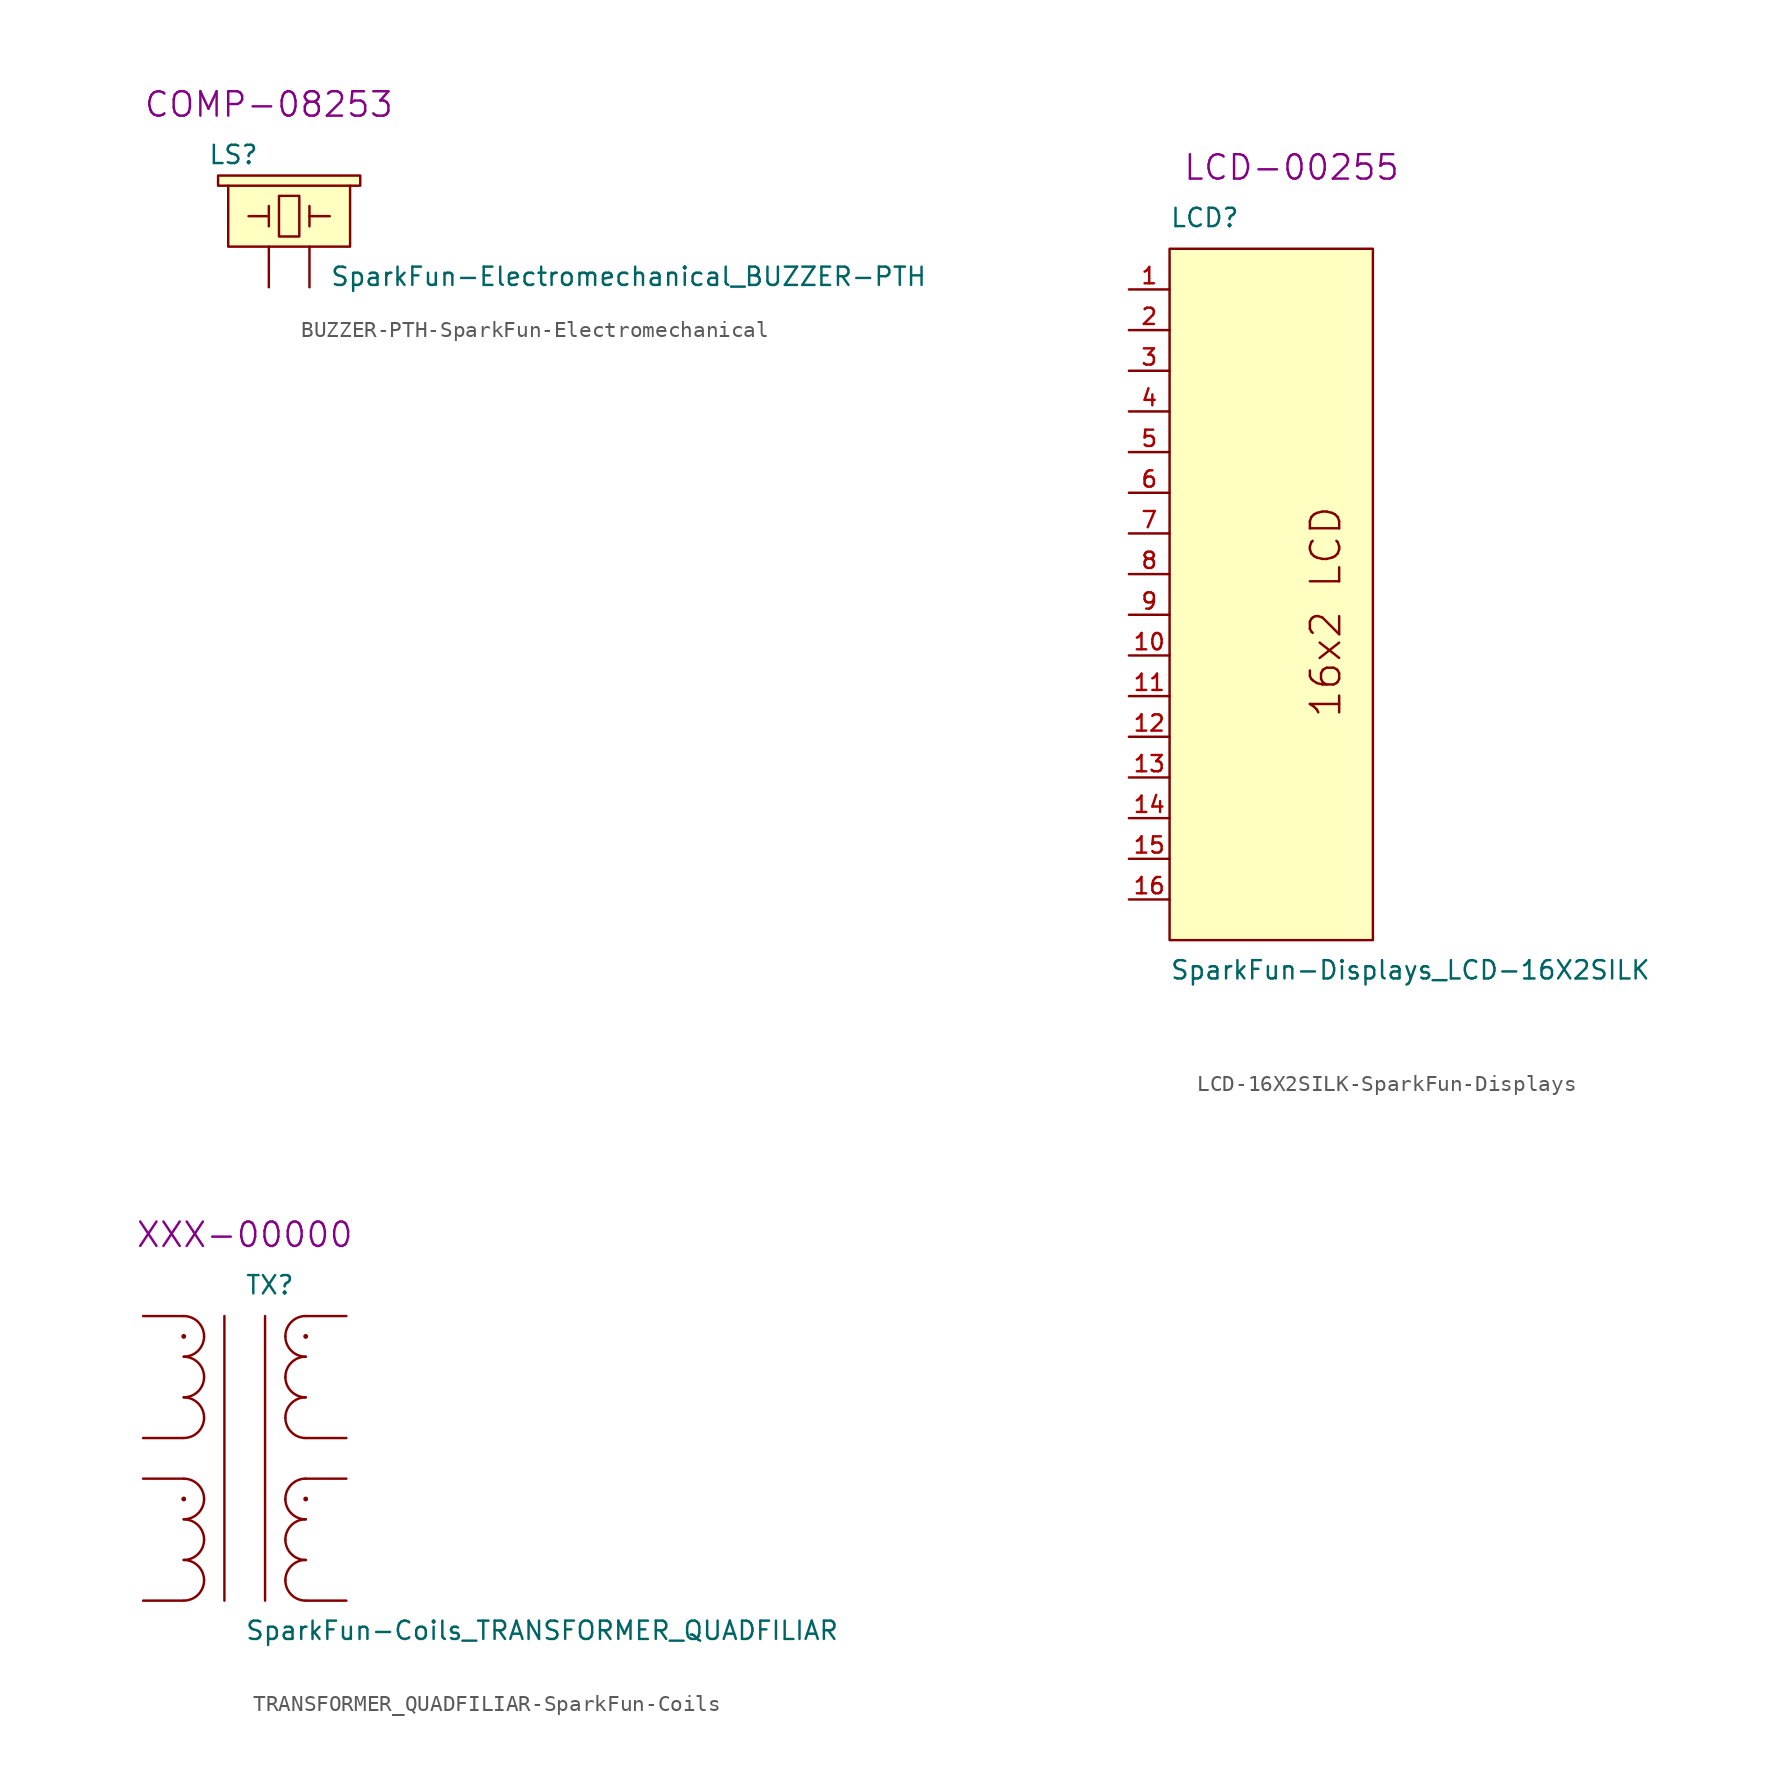
<source format=kicad_sym>
(kicad_symbol_lib
  (version 20220914)
  (generator kicad_symbol_editor)
  (symbol "BUZZER-PTH-SparkFun-Electromechanical"
    (pin_numbers hide)
    (pin_names
      (offset 1.016) hide)
    (property "Reference" "LS"
      (at -3.81 5.08 0)
      (effects (font (size 1.143 1.143)) (justify left bottom)))
    (property "Value" "SparkFun-Electromechanical_BUZZER-PTH"
      (at 3.81 -2.54 0)
      (effects (font (size 1.143 1.143)) (justify left bottom)))
    (property "Field4" "COMP-08253"
      (at 0 8.89 0)
      (effects (font (size 1.524 1.524))))
    (property "ki_locked" ""
      (at 0 0 0)
      (effects (font (size 1.27 1.27))))
    (symbol "BUZZER-PTH-SparkFun-Electromechanical_1_0"
      (polyline (pts (xy -2.54 3.81) (xy 5.08 3.81)) (stroke (width 0) (type solid)) (fill (type none)))
      (polyline (pts (xy -1.27 1.905) (xy 0 1.905)) (stroke (width 0) (type solid)) (fill (type none)))
      (polyline (pts (xy 0 1.905) (xy 0 1.27)) (stroke (width 0) (type solid)) (fill (type none)))
      (polyline (pts (xy 0 1.905) (xy 0 2.54)) (stroke (width 0) (type solid)) (fill (type none)))
      (polyline (pts (xy 2.54 1.905) (xy 2.54 1.27)) (stroke (width 0) (type solid)) (fill (type none)))
      (polyline (pts (xy 2.54 1.905) (xy 3.81 1.905)) (stroke (width 0) (type solid)) (fill (type none)))
      (polyline (pts (xy 2.54 2.54) (xy 2.54 1.905)) (stroke (width 0) (type solid)) (fill (type none))))
    (symbol "BUZZER-PTH-SparkFun-Electromechanical_1_1"
      (polyline (pts (xy 0.635 3.175) (xy 0.635 0.635) (xy 1.905 0.635) (xy 1.905 3.175) (xy 0.635 3.175)) (stroke (width 0) (type solid)) (fill (type background)))
      (polyline (pts (xy 5.08 0) (xy 5.08 3.81) (xy 5.715 3.81) (xy 5.715 4.445) (xy -3.175 4.445) (xy -3.175 3.81) (xy -2.54 3.81) (xy -2.54 0) (xy 5.08 0)) (stroke (width 0) (type solid)) (fill (type background)))
      (pin passive line (at 0 -2.54 90) (length 2.54) (name "1" (effects (font (size 1.016 1.016)))) (number "+" (effects (font (size 1.016 1.016)))))
      (pin passive line (at 2.54 -2.54 90) (length 2.54) (name "2" (effects (font (size 1.016 1.016)))) (number "-" (effects (font (size 1.016 1.016)))))))
  (symbol "LCD-16X2SILK-SparkFun-Displays"
    (pin_names
      (offset 1.016) hide)
    (property "Reference" "LCD"
      (at -7.62 24.13 0)
      (effects (font (size 1.143 1.143)) (justify left bottom)))
    (property "Value" "SparkFun-Displays_LCD-16X2SILK"
      (at -7.62 -22.86 0)
      (effects (font (size 1.143 1.143)) (justify left bottom)))
    (property "Field4" "LCD-00255"
      (at 0 27.94 0)
      (effects (font (size 1.524 1.524))))
    (property "ki_locked" ""
      (at 0 0 0)
      (effects (font (size 1.27 1.27))))
    (symbol "LCD-16X2SILK-SparkFun-Displays_1_0"
      (text "16x2 LCD" (at 2.134 0.178 900) (effects (font (size 1.829 1.829)))))
    (symbol "LCD-16X2SILK-SparkFun-Displays_1_1"
      (polyline (pts (xy -7.62 22.86) (xy -7.62 -20.32) (xy 5.08 -20.32) (xy 5.08 22.86) (xy -7.62 22.86)) (stroke (width 0) (type solid)) (fill (type background)))
      (pin power_in line (at -10.16 20.32 0) (length 2.54) (name "VSS" (effects (font (size 1.016 1.016)))) (number "1" (effects (font (size 1.016 1.016)))))
      (pin bidirectional line (at -10.16 -2.54 0) (length 2.54) (name "DB3" (effects (font (size 1.016 1.016)))) (number "10" (effects (font (size 1.016 1.016)))))
      (pin bidirectional line (at -10.16 -5.08 0) (length 2.54) (name "DB4" (effects (font (size 1.016 1.016)))) (number "11" (effects (font (size 1.016 1.016)))))
      (pin bidirectional line (at -10.16 -7.62 0) (length 2.54) (name "DB5" (effects (font (size 1.016 1.016)))) (number "12" (effects (font (size 1.016 1.016)))))
      (pin bidirectional line (at -10.16 -10.16 0) (length 2.54) (name "DB6" (effects (font (size 1.016 1.016)))) (number "13" (effects (font (size 1.016 1.016)))))
      (pin bidirectional line (at -10.16 -12.7 0) (length 2.54) (name "DB7" (effects (font (size 1.016 1.016)))) (number "14" (effects (font (size 1.016 1.016)))))
      (pin power_in line (at -10.16 -15.24 0) (length 2.54) (name "A" (effects (font (size 1.016 1.016)))) (number "15" (effects (font (size 1.016 1.016)))))
      (pin power_in line (at -10.16 -17.78 0) (length 2.54) (name "K" (effects (font (size 1.016 1.016)))) (number "16" (effects (font (size 1.016 1.016)))))
      (pin power_in line (at -10.16 17.78 0) (length 2.54) (name "VDD" (effects (font (size 1.016 1.016)))) (number "2" (effects (font (size 1.016 1.016)))))
      (pin bidirectional line (at -10.16 15.24 0) (length 2.54) (name "VO" (effects (font (size 1.016 1.016)))) (number "3" (effects (font (size 1.016 1.016)))))
      (pin input line (at -10.16 12.7 0) (length 2.54) (name "RS" (effects (font (size 1.016 1.016)))) (number "4" (effects (font (size 1.016 1.016)))))
      (pin input line (at -10.16 10.16 0) (length 2.54) (name "R/W" (effects (font (size 1.016 1.016)))) (number "5" (effects (font (size 1.016 1.016)))))
      (pin input line (at -10.16 7.62 0) (length 2.54) (name "E" (effects (font (size 1.016 1.016)))) (number "6" (effects (font (size 1.016 1.016)))))
      (pin bidirectional line (at -10.16 5.08 0) (length 2.54) (name "DB0" (effects (font (size 1.016 1.016)))) (number "7" (effects (font (size 1.016 1.016)))))
      (pin bidirectional line (at -10.16 2.54 0) (length 2.54) (name "DB1" (effects (font (size 1.016 1.016)))) (number "8" (effects (font (size 1.016 1.016)))))
      (pin bidirectional line (at -10.16 0 0) (length 2.54) (name "DB2" (effects (font (size 1.016 1.016)))) (number "9" (effects (font (size 1.016 1.016)))))))
  (symbol "TRANSFORMER_QUADFILIAR-SparkFun-Coils"
    (pin_numbers hide)
    (pin_names
      (offset 1.016) hide)
    (property "Reference" "TX"
      (at 0 19.05 0)
      (effects (font (size 1.143 1.143)) (justify left bottom)))
    (property "Value" "SparkFun-Coils_TRANSFORMER_QUADFILIAR"
      (at 0 -2.54 0)
      (effects (font (size 1.143 1.143)) (justify left bottom)))
    (property "Field4" "XXX-00000"
      (at 0 22.86 0)
      (effects (font (size 1.524 1.524))))
    (property "ki_locked" ""
      (at 0 0 0)
      (effects (font (size 1.27 1.27))))
    (symbol "TRANSFORMER_QUADFILIAR-SparkFun-Coils_1_0"
      (polyline (pts (xy -1.27 17.78) (xy -1.27 0)) (stroke (width 0) (type solid)) (fill (type none)))
      (polyline (pts (xy 1.27 0) (xy 1.27 17.78)) (stroke (width 0) (type solid)) (fill (type none))))
    (symbol "TRANSFORMER_QUADFILIAR-SparkFun-Coils_1_1"
      (arc (start -3.81 0) (mid -2.912 0.372) (end -2.54 1.27) (stroke (width 0) (type solid)) (fill (type none)))
      (arc (start -3.81 2.54) (mid -2.912 2.912) (end -2.54 3.81) (stroke (width 0) (type solid)) (fill (type none)))
      (arc (start -3.81 5.08) (mid -2.912 5.452) (end -2.54 6.35) (stroke (width 0) (type solid)) (fill (type none)))
      (circle (center -3.81 6.35) (radius 0.0001) (stroke (width 0) (type solid)) (fill (type none)))
      (arc (start -3.81 10.16) (mid -2.912 10.532) (end -2.54 11.43) (stroke (width 0) (type solid)) (fill (type none)))
      (arc (start -3.81 12.7) (mid -2.912 13.072) (end -2.54 13.97) (stroke (width 0) (type solid)) (fill (type none)))
      (arc (start -3.81 15.24) (mid -2.912 15.612) (end -2.54 16.51) (stroke (width 0) (type solid)) (fill (type none)))
      (circle (center -3.81 16.51) (radius 0.0001) (stroke (width 0) (type solid)) (fill (type none)))
      (arc (start -2.54 1.27) (mid -2.912 2.168) (end -3.81 2.54) (stroke (width 0) (type solid)) (fill (type none)))
      (arc (start -2.54 3.81) (mid -2.912 4.708) (end -3.81 5.08) (stroke (width 0) (type solid)) (fill (type none)))
      (arc (start -2.54 6.35) (mid -2.912 7.248) (end -3.81 7.62) (stroke (width 0) (type solid)) (fill (type none)))
      (arc (start -2.54 11.43) (mid -2.912 12.328) (end -3.81 12.7) (stroke (width 0) (type solid)) (fill (type none)))
      (arc (start -2.54 13.97) (mid -2.912 14.868) (end -3.81 15.24) (stroke (width 0) (type solid)) (fill (type none)))
      (arc (start -2.54 16.51) (mid -2.912 17.408) (end -3.81 17.78) (stroke (width 0) (type solid)) (fill (type none)))
      (arc (start 2.54 1.27) (mid 2.912 0.372) (end 3.81 0) (stroke (width 0) (type solid)) (fill (type none)))
      (arc (start 2.54 3.81) (mid 2.912 2.912) (end 3.81 2.54) (stroke (width 0) (type solid)) (fill (type none)))
      (arc (start 2.54 6.35) (mid 2.912 5.452) (end 3.81 5.08) (stroke (width 0) (type solid)) (fill (type none)))
      (arc (start 2.54 11.43) (mid 2.912 10.532) (end 3.81 10.16) (stroke (width 0) (type solid)) (fill (type none)))
      (arc (start 2.54 13.97) (mid 2.912 13.072) (end 3.81 12.7) (stroke (width 0) (type solid)) (fill (type none)))
      (arc (start 2.54 16.51) (mid 2.912 15.612) (end 3.81 15.24) (stroke (width 0) (type solid)) (fill (type none)))
      (arc (start 3.81 2.54) (mid 2.912 2.168) (end 2.54 1.27) (stroke (width 0) (type solid)) (fill (type none)))
      (arc (start 3.81 5.08) (mid 2.912 4.708) (end 2.54 3.81) (stroke (width 0) (type solid)) (fill (type none)))
      (circle (center 3.81 6.35) (radius 0.0001) (stroke (width 0) (type solid)) (fill (type none)))
      (arc (start 3.81 7.62) (mid 2.912 7.248) (end 2.54 6.35) (stroke (width 0) (type solid)) (fill (type none)))
      (arc (start 3.81 12.7) (mid 2.912 12.328) (end 2.54 11.43) (stroke (width 0) (type solid)) (fill (type none)))
      (arc (start 3.81 15.24) (mid 2.912 14.868) (end 2.54 13.97) (stroke (width 0) (type solid)) (fill (type none)))
      (circle (center 3.81 16.51) (radius 0.0001) (stroke (width 0) (type solid)) (fill (type none)))
      (arc (start 3.81 17.78) (mid 2.912 17.408) (end 2.54 16.51) (stroke (width 0) (type solid)) (fill (type none)))
      (pin passive line (at -6.35 0 0) (length 2.54) (name "1" (effects (font (size 1.016 1.016)))) (number "P$1" (effects (font (size 1.016 1.016)))))
      (pin passive line (at -6.35 7.62 0) (length 2.54) (name "2" (effects (font (size 1.016 1.016)))) (number "P$2" (effects (font (size 1.016 1.016)))))
      (pin passive line (at -6.35 10.16 0) (length 2.54) (name "3" (effects (font (size 1.016 1.016)))) (number "P$3" (effects (font (size 1.016 1.016)))))
      (pin passive line (at -6.35 17.78 0) (length 2.54) (name "4" (effects (font (size 1.016 1.016)))) (number "P$4" (effects (font (size 1.016 1.016)))))
      (pin passive line (at 6.35 0 180) (length 2.54) (name "5" (effects (font (size 1.016 1.016)))) (number "P$5" (effects (font (size 1.016 1.016)))))
      (pin passive line (at 6.35 7.62 180) (length 2.54) (name "6" (effects (font (size 1.016 1.016)))) (number "P$6" (effects (font (size 1.016 1.016)))))
      (pin passive line (at 6.35 10.16 180) (length 2.54) (name "7" (effects (font (size 1.016 1.016)))) (number "P$7" (effects (font (size 1.016 1.016)))))
      (pin passive line (at 6.35 17.78 180) (length 2.54) (name "8" (effects (font (size 1.016 1.016)))) (number "P$8" (effects (font (size 1.016 1.016))))))))
</source>
